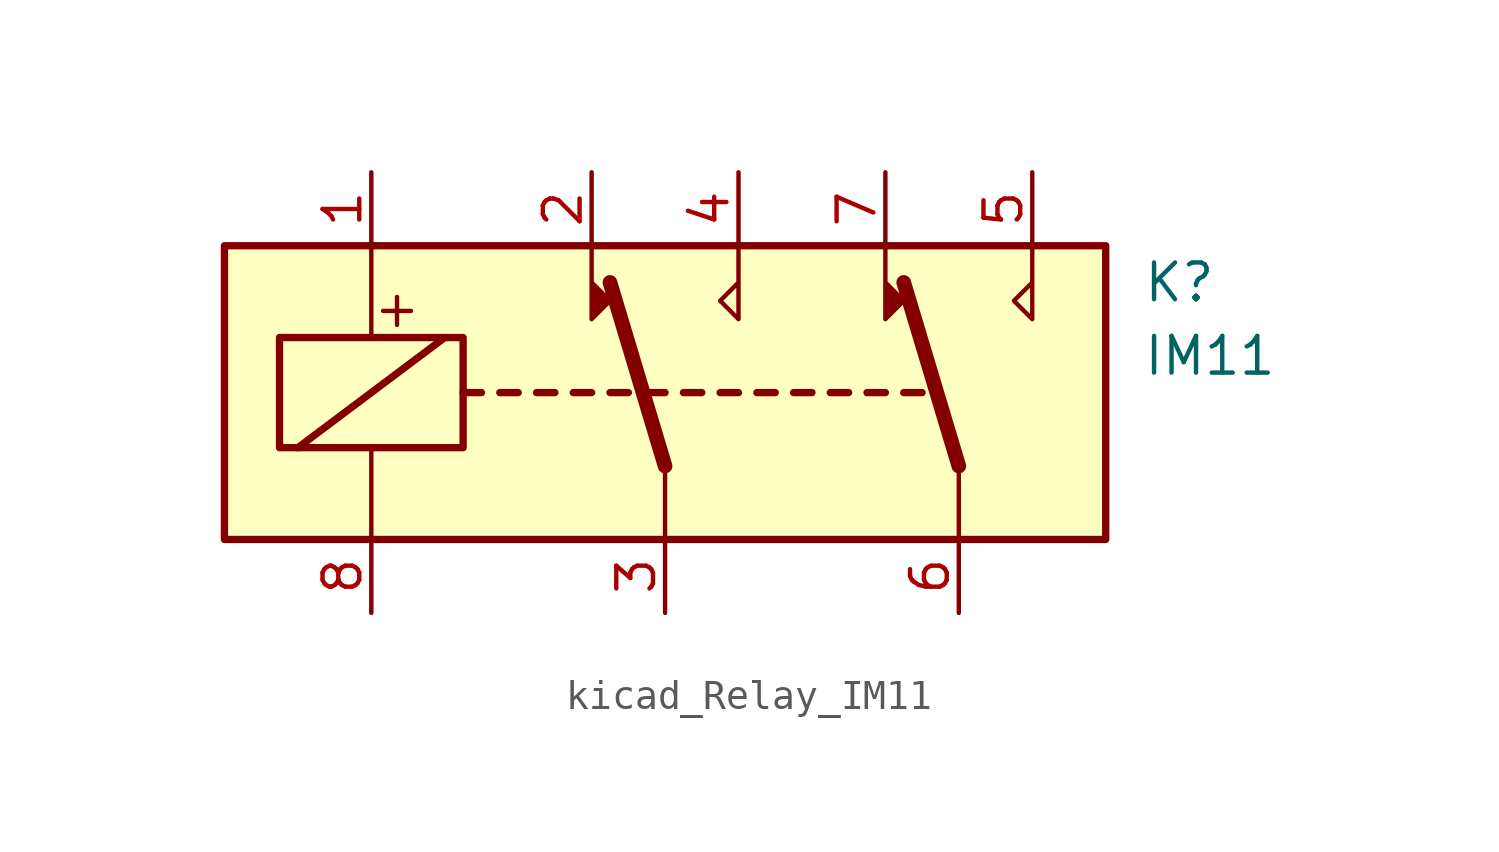
<source format=kicad_sym>
(kicad_symbol_lib
  (version 20220914)
  (generator kicad_symbol_editor)
  (symbol "kicad_Relay_IM11"
    (property "Reference" "K"
      (at 16.51 3.81 0)
      (effects (font (size 1.27 1.27)) (justify left)))
    (property "Value" "IM11"
      (at 16.51 1.27 0)
      (effects (font (size 1.27 1.27)) (justify left)))
    (symbol "kicad_Relay_IM11_0_0"
      (text "+" (at -9.271 2.921 0) (effects (font (size 1.27 1.27)))))
    (symbol "kicad_Relay_IM11_0_1"
      (rectangle (start -15.24 5.08) (end 15.24 -5.08) (stroke (width 0.254) (type default)) (fill (type background)))
      (rectangle (start -13.335 1.905) (end -6.985 -1.905) (stroke (width 0.254) (type default)) (fill (type none)))
      (polyline (pts (xy -12.7 -1.905) (xy -7.62 1.905)) (stroke (width 0.254) (type default)) (fill (type none)))
      (polyline (pts (xy -10.16 -5.08) (xy -10.16 -1.905)) (stroke (width 0) (type default)) (fill (type none)))
      (polyline (pts (xy -10.16 5.08) (xy -10.16 1.905)) (stroke (width 0) (type default)) (fill (type none)))
      (polyline (pts (xy -6.985 0) (xy -6.35 0)) (stroke (width 0.254) (type default)) (fill (type none)))
      (polyline (pts (xy -5.715 0) (xy -5.08 0)) (stroke (width 0.254) (type default)) (fill (type none)))
      (polyline (pts (xy -4.445 0) (xy -3.81 0)) (stroke (width 0.254) (type default)) (fill (type none)))
      (polyline (pts (xy -3.175 0) (xy -2.54 0)) (stroke (width 0.254) (type default)) (fill (type none)))
      (polyline (pts (xy -1.905 0) (xy -1.27 0)) (stroke (width 0.254) (type default)) (fill (type none)))
      (polyline (pts (xy -0.635 0) (xy 0 0)) (stroke (width 0.254) (type default)) (fill (type none)))
      (polyline (pts (xy 0 -2.54) (xy -1.905 3.81)) (stroke (width 0.508) (type default)) (fill (type none)))
      (polyline (pts (xy 0 -2.54) (xy 0 -5.08)) (stroke (width 0) (type default)) (fill (type none)))
      (polyline (pts (xy 0.635 0) (xy 1.27 0)) (stroke (width 0.254) (type default)) (fill (type none)))
      (polyline (pts (xy 1.905 0) (xy 2.54 0)) (stroke (width 0.254) (type default)) (fill (type none)))
      (polyline (pts (xy 3.175 0) (xy 3.81 0)) (stroke (width 0.254) (type default)) (fill (type none)))
      (polyline (pts (xy 4.445 0) (xy 5.08 0)) (stroke (width 0.254) (type default)) (fill (type none)))
      (polyline (pts (xy 5.715 0) (xy 6.35 0)) (stroke (width 0.254) (type default)) (fill (type none)))
      (polyline (pts (xy 6.985 0) (xy 7.62 0)) (stroke (width 0.254) (type default)) (fill (type none)))
      (polyline (pts (xy 8.255 0) (xy 8.89 0)) (stroke (width 0.254) (type default)) (fill (type none)))
      (polyline (pts (xy 10.16 -2.54) (xy 8.255 3.81)) (stroke (width 0.508) (type default)) (fill (type none)))
      (polyline (pts (xy 10.16 -2.54) (xy 10.16 -5.08)) (stroke (width 0) (type default)) (fill (type none)))
      (polyline (pts (xy -2.54 5.08) (xy -2.54 2.54) (xy -1.905 3.175) (xy -2.54 3.81)) (stroke (width 0) (type default)) (fill (type outline)))
      (polyline (pts (xy 2.54 5.08) (xy 2.54 2.54) (xy 1.905 3.175) (xy 2.54 3.81)) (stroke (width 0) (type default)) (fill (type none)))
      (polyline (pts (xy 7.62 5.08) (xy 7.62 2.54) (xy 8.255 3.175) (xy 7.62 3.81)) (stroke (width 0) (type default)) (fill (type outline)))
      (polyline (pts (xy 12.7 5.08) (xy 12.7 2.54) (xy 12.065 3.175) (xy 12.7 3.81)) (stroke (width 0) (type default)) (fill (type none))))
    (symbol "kicad_Relay_IM11_1_1"
      (pin passive line (at -10.16 7.62 270) (length 2.54) (name "~" (effects (font (size 1.27 1.27)))) (number "1" (effects (font (size 1.27 1.27)))))
      (pin passive line (at -2.54 7.62 270) (length 2.54) (name "~" (effects (font (size 1.27 1.27)))) (number "2" (effects (font (size 1.27 1.27)))))
      (pin passive line (at 0 -7.62 90) (length 2.54) (name "~" (effects (font (size 1.27 1.27)))) (number "3" (effects (font (size 1.27 1.27)))))
      (pin passive line (at 2.54 7.62 270) (length 2.54) (name "~" (effects (font (size 1.27 1.27)))) (number "4" (effects (font (size 1.27 1.27)))))
      (pin passive line (at 12.7 7.62 270) (length 2.54) (name "~" (effects (font (size 1.27 1.27)))) (number "5" (effects (font (size 1.27 1.27)))))
      (pin passive line (at 10.16 -7.62 90) (length 2.54) (name "~" (effects (font (size 1.27 1.27)))) (number "6" (effects (font (size 1.27 1.27)))))
      (pin passive line (at 7.62 7.62 270) (length 2.54) (name "~" (effects (font (size 1.27 1.27)))) (number "7" (effects (font (size 1.27 1.27)))))
      (pin passive line (at -10.16 -7.62 90) (length 2.54) (name "~" (effects (font (size 1.27 1.27)))) (number "8" (effects (font (size 1.27 1.27))))))))
</source>
